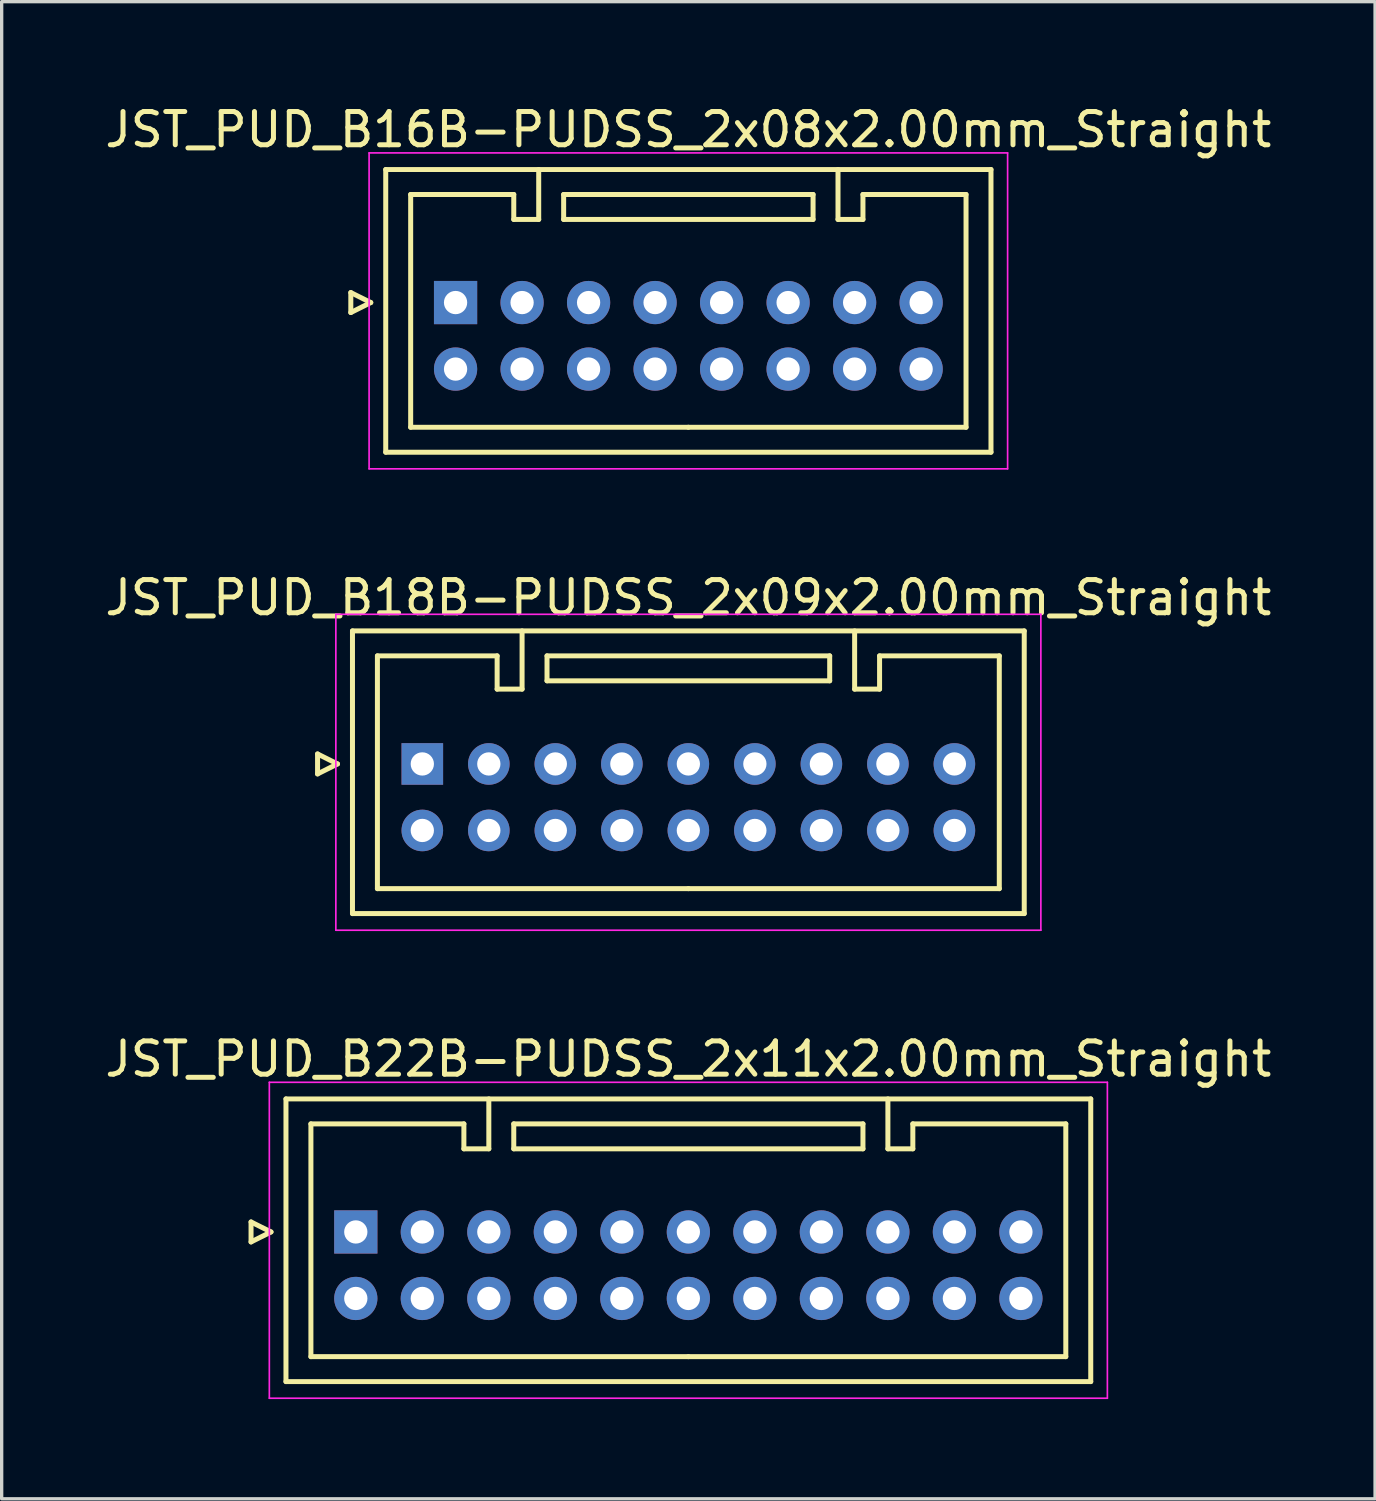
<source format=kicad_pcb>
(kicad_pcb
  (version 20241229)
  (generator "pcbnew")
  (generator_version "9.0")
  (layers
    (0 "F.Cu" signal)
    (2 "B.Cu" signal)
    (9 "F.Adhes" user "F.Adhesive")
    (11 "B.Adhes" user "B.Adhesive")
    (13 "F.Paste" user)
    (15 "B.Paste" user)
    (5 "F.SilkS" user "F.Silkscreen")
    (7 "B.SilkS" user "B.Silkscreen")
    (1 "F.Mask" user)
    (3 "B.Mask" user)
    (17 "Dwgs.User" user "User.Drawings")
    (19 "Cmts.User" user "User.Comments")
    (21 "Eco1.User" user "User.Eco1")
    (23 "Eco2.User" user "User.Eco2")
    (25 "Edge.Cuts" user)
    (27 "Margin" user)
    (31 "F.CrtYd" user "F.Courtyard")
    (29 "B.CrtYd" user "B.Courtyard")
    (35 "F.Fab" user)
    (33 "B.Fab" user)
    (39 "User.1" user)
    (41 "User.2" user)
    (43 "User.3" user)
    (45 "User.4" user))
  (footprint "JST_PUD_B22B-PUDSS_2x11x2.00mm_Straight"
    (layer "F.Cu")
    (at 7.649 33.995)
    (property "Reference" "JST_PUD_B22B-PUDSS_2x11x2.00mm_Straight" (at 10 -5.2 0) (layer "F.SilkS") (effects (font (size 1 1) (thickness 0.15))))
    (attr through_hole)
    (fp_line (start -3.15 -0.3) (end -2.55 0) (stroke (width 0.15) (type solid)) (layer "F.SilkS"))
    (fp_line (start -3.15 0.3) (end -3.15 -0.3) (stroke (width 0.15) (type solid)) (layer "F.SilkS"))
    (fp_line (start -2.55 0) (end -3.15 0.3) (stroke (width 0.15) (type solid)) (layer "F.SilkS"))
    (fp_line (start -2.1 -4) (end -2.1 4.5) (stroke (width 0.15) (type solid)) (layer "F.SilkS"))
    (fp_line (start -2.1 4.5) (end 22.1 4.5) (stroke (width 0.15) (type solid)) (layer "F.SilkS"))
    (fp_line (start -1.35 -3.25) (end -1.35 3.75) (stroke (width 0.15) (type solid)) (layer "F.SilkS"))
    (fp_line (start -1.35 3.75) (end 10 3.75) (stroke (width 0.15) (type solid)) (layer "F.SilkS"))
    (fp_line (start 3.25 -3.25) (end -1.35 -3.25) (stroke (width 0.15) (type solid)) (layer "F.SilkS"))
    (fp_line (start 3.25 -2.5) (end 3.25 -3.25) (stroke (width 0.15) (type solid)) (layer "F.SilkS"))
    (fp_line (start 4 -4) (end 4 -2.5) (stroke (width 0.15) (type solid)) (layer "F.SilkS"))
    (fp_line (start 4 -2.5) (end 3.25 -2.5) (stroke (width 0.15) (type solid)) (layer "F.SilkS"))
    (fp_line (start 4.75 -3.25) (end 4.75 -2.5) (stroke (width 0.15) (type solid)) (layer "F.SilkS"))
    (fp_line (start 4.75 -2.5) (end 15.25 -2.5) (stroke (width 0.15) (type solid)) (layer "F.SilkS"))
    (fp_line (start 15.25 -3.25) (end 4.75 -3.25) (stroke (width 0.15) (type solid)) (layer "F.SilkS"))
    (fp_line (start 15.25 -2.5) (end 15.25 -3.25) (stroke (width 0.15) (type solid)) (layer "F.SilkS"))
    (fp_line (start 16 -4) (end 16 -2.5) (stroke (width 0.15) (type solid)) (layer "F.SilkS"))
    (fp_line (start 16 -2.5) (end 16.75 -2.5) (stroke (width 0.15) (type solid)) (layer "F.SilkS"))
    (fp_line (start 16.75 -3.25) (end 21.35 -3.25) (stroke (width 0.15) (type solid)) (layer "F.SilkS"))
    (fp_line (start 16.75 -2.5) (end 16.75 -3.25) (stroke (width 0.15) (type solid)) (layer "F.SilkS"))
    (fp_line (start 21.35 -3.25) (end 21.35 3.75) (stroke (width 0.15) (type solid)) (layer "F.SilkS"))
    (fp_line (start 21.35 3.75) (end 10 3.75) (stroke (width 0.15) (type solid)) (layer "F.SilkS"))
    (fp_line (start 22.1 -4) (end -2.1 -4) (stroke (width 0.15) (type solid)) (layer "F.SilkS"))
    (fp_line (start 22.1 4.5) (end 22.1 -4) (stroke (width 0.15) (type solid)) (layer "F.SilkS"))
    (fp_line (start -2.6 -4.5) (end -2.6 5) (stroke (width 0.05) (type solid)) (layer "F.CrtYd"))
    (fp_line (start -2.6 5) (end 22.6 5) (stroke (width 0.05) (type solid)) (layer "F.CrtYd"))
    (fp_line (start 22.6 -4.5) (end -2.6 -4.5) (stroke (width 0.05) (type solid)) (layer "F.CrtYd"))
    (fp_line (start 22.6 5) (end 22.6 -4.5) (stroke (width 0.05) (type solid)) (layer "F.CrtYd"))
    (pad "1" thru_hole rect (at 0 0) (size 1.3 1.3) (drill 0.7) (layers "*.Cu" "*.Mask"))
    (pad "2" thru_hole circle (at 0 2) (size 1.3 1.3) (drill 0.7) (layers "*.Cu" "*.Mask"))
    (pad "3" thru_hole circle (at 2 0) (size 1.3 1.3) (drill 0.7) (layers "*.Cu" "*.Mask"))
    (pad "4" thru_hole circle (at 2 2) (size 1.3 1.3) (drill 0.7) (layers "*.Cu" "*.Mask"))
    (pad "5" thru_hole circle (at 4 0) (size 1.3 1.3) (drill 0.7) (layers "*.Cu" "*.Mask"))
    (pad "6" thru_hole circle (at 4 2) (size 1.3 1.3) (drill 0.7) (layers "*.Cu" "*.Mask"))
    (pad "7" thru_hole circle (at 6 0) (size 1.3 1.3) (drill 0.7) (layers "*.Cu" "*.Mask"))
    (pad "8" thru_hole circle (at 6 2) (size 1.3 1.3) (drill 0.7) (layers "*.Cu" "*.Mask"))
    (pad "9" thru_hole circle (at 8 0) (size 1.3 1.3) (drill 0.7) (layers "*.Cu" "*.Mask"))
    (pad "10" thru_hole circle (at 8 2) (size 1.3 1.3) (drill 0.7) (layers "*.Cu" "*.Mask"))
    (pad "11" thru_hole circle (at 10 0) (size 1.3 1.3) (drill 0.7) (layers "*.Cu" "*.Mask"))
    (pad "12" thru_hole circle (at 10 2) (size 1.3 1.3) (drill 0.7) (layers "*.Cu" "*.Mask"))
    (pad "13" thru_hole circle (at 12 0) (size 1.3 1.3) (drill 0.7) (layers "*.Cu" "*.Mask"))
    (pad "14" thru_hole circle (at 12 2) (size 1.3 1.3) (drill 0.7) (layers "*.Cu" "*.Mask"))
    (pad "15" thru_hole circle (at 14 0) (size 1.3 1.3) (drill 0.7) (layers "*.Cu" "*.Mask"))
    (pad "16" thru_hole circle (at 14 2) (size 1.3 1.3) (drill 0.7) (layers "*.Cu" "*.Mask"))
    (pad "17" thru_hole circle (at 16 0) (size 1.3 1.3) (drill 0.7) (layers "*.Cu" "*.Mask"))
    (pad "18" thru_hole circle (at 16 2) (size 1.3 1.3) (drill 0.7) (layers "*.Cu" "*.Mask"))
    (pad "19" thru_hole circle (at 18 0) (size 1.3 1.3) (drill 0.7) (layers "*.Cu" "*.Mask"))
    (pad "20" thru_hole circle (at 18 2) (size 1.3 1.3) (drill 0.7) (layers "*.Cu" "*.Mask"))
    (pad "21" thru_hole circle (at 20 0) (size 1.3 1.3) (drill 0.7) (layers "*.Cu" "*.Mask"))
    (pad "22" thru_hole circle (at 20 2) (size 1.3 1.3) (drill 0.7) (layers "*.Cu" "*.Mask")))
  (footprint "JST_PUD_B16B-PUDSS_2x08x2.00mm_Straight"
    (layer "F.Cu")
    (at 10.649 6.048)
    (property "Reference" "JST_PUD_B16B-PUDSS_2x08x2.00mm_Straight" (at 7 -5.2 0) (layer "F.SilkS") (effects (font (size 1 1) (thickness 0.15))))
    (attr through_hole)
    (fp_line (start -3.15 -0.3) (end -2.55 0) (stroke (width 0.15) (type solid)) (layer "F.SilkS"))
    (fp_line (start -3.15 0.3) (end -3.15 -0.3) (stroke (width 0.15) (type solid)) (layer "F.SilkS"))
    (fp_line (start -2.55 0) (end -3.15 0.3) (stroke (width 0.15) (type solid)) (layer "F.SilkS"))
    (fp_line (start -2.1 -4) (end -2.1 4.5) (stroke (width 0.15) (type solid)) (layer "F.SilkS"))
    (fp_line (start -2.1 4.5) (end 16.1 4.5) (stroke (width 0.15) (type solid)) (layer "F.SilkS"))
    (fp_line (start -1.35 -3.25) (end -1.35 3.75) (stroke (width 0.15) (type solid)) (layer "F.SilkS"))
    (fp_line (start -1.35 3.75) (end 7 3.75) (stroke (width 0.15) (type solid)) (layer "F.SilkS"))
    (fp_line (start 1.75 -3.25) (end -1.35 -3.25) (stroke (width 0.15) (type solid)) (layer "F.SilkS"))
    (fp_line (start 1.75 -2.5) (end 1.75 -3.25) (stroke (width 0.15) (type solid)) (layer "F.SilkS"))
    (fp_line (start 2.5 -4) (end 2.5 -2.5) (stroke (width 0.15) (type solid)) (layer "F.SilkS"))
    (fp_line (start 2.5 -2.5) (end 1.75 -2.5) (stroke (width 0.15) (type solid)) (layer "F.SilkS"))
    (fp_line (start 3.25 -3.25) (end 3.25 -2.5) (stroke (width 0.15) (type solid)) (layer "F.SilkS"))
    (fp_line (start 3.25 -2.5) (end 10.75 -2.5) (stroke (width 0.15) (type solid)) (layer "F.SilkS"))
    (fp_line (start 10.75 -3.25) (end 3.25 -3.25) (stroke (width 0.15) (type solid)) (layer "F.SilkS"))
    (fp_line (start 10.75 -2.5) (end 10.75 -3.25) (stroke (width 0.15) (type solid)) (layer "F.SilkS"))
    (fp_line (start 11.5 -4) (end 11.5 -2.5) (stroke (width 0.15) (type solid)) (layer "F.SilkS"))
    (fp_line (start 11.5 -2.5) (end 12.25 -2.5) (stroke (width 0.15) (type solid)) (layer "F.SilkS"))
    (fp_line (start 12.25 -3.25) (end 15.35 -3.25) (stroke (width 0.15) (type solid)) (layer "F.SilkS"))
    (fp_line (start 12.25 -2.5) (end 12.25 -3.25) (stroke (width 0.15) (type solid)) (layer "F.SilkS"))
    (fp_line (start 15.35 -3.25) (end 15.35 3.75) (stroke (width 0.15) (type solid)) (layer "F.SilkS"))
    (fp_line (start 15.35 3.75) (end 7 3.75) (stroke (width 0.15) (type solid)) (layer "F.SilkS"))
    (fp_line (start 16.1 -4) (end -2.1 -4) (stroke (width 0.15) (type solid)) (layer "F.SilkS"))
    (fp_line (start 16.1 4.5) (end 16.1 -4) (stroke (width 0.15) (type solid)) (layer "F.SilkS"))
    (fp_line (start -2.6 -4.5) (end -2.6 5) (stroke (width 0.05) (type solid)) (layer "F.CrtYd"))
    (fp_line (start -2.6 5) (end 16.6 5) (stroke (width 0.05) (type solid)) (layer "F.CrtYd"))
    (fp_line (start 16.6 -4.5) (end -2.6 -4.5) (stroke (width 0.05) (type solid)) (layer "F.CrtYd"))
    (fp_line (start 16.6 5) (end 16.6 -4.5) (stroke (width 0.05) (type solid)) (layer "F.CrtYd"))
    (pad "1" thru_hole rect (at 0 0) (size 1.3 1.3) (drill 0.7) (layers "*.Cu" "*.Mask"))
    (pad "2" thru_hole circle (at 0 2) (size 1.3 1.3) (drill 0.7) (layers "*.Cu" "*.Mask"))
    (pad "3" thru_hole circle (at 2 0) (size 1.3 1.3) (drill 0.7) (layers "*.Cu" "*.Mask"))
    (pad "4" thru_hole circle (at 2 2) (size 1.3 1.3) (drill 0.7) (layers "*.Cu" "*.Mask"))
    (pad "5" thru_hole circle (at 4 0) (size 1.3 1.3) (drill 0.7) (layers "*.Cu" "*.Mask"))
    (pad "6" thru_hole circle (at 4 2) (size 1.3 1.3) (drill 0.7) (layers "*.Cu" "*.Mask"))
    (pad "7" thru_hole circle (at 6 0) (size 1.3 1.3) (drill 0.7) (layers "*.Cu" "*.Mask"))
    (pad "8" thru_hole circle (at 6 2) (size 1.3 1.3) (drill 0.7) (layers "*.Cu" "*.Mask"))
    (pad "9" thru_hole circle (at 8 0) (size 1.3 1.3) (drill 0.7) (layers "*.Cu" "*.Mask"))
    (pad "10" thru_hole circle (at 8 2) (size 1.3 1.3) (drill 0.7) (layers "*.Cu" "*.Mask"))
    (pad "11" thru_hole circle (at 10 0) (size 1.3 1.3) (drill 0.7) (layers "*.Cu" "*.Mask"))
    (pad "12" thru_hole circle (at 10 2) (size 1.3 1.3) (drill 0.7) (layers "*.Cu" "*.Mask"))
    (pad "13" thru_hole circle (at 12 0) (size 1.3 1.3) (drill 0.7) (layers "*.Cu" "*.Mask"))
    (pad "14" thru_hole circle (at 12 2) (size 1.3 1.3) (drill 0.7) (layers "*.Cu" "*.Mask"))
    (pad "15" thru_hole circle (at 14 0) (size 1.3 1.3) (drill 0.7) (layers "*.Cu" "*.Mask"))
    (pad "16" thru_hole circle (at 14 2) (size 1.3 1.3) (drill 0.7) (layers "*.Cu" "*.Mask")))
  (footprint "JST_PUD_B18B-PUDSS_2x09x2.00mm_Straight"
    (layer "F.Cu")
    (at 9.649 19.922)
    (property "Reference" "JST_PUD_B18B-PUDSS_2x09x2.00mm_Straight" (at 8 -5 0) (layer "F.SilkS") (effects (font (size 1 1) (thickness 0.15))))
    (attr through_hole)
    (fp_line (start -3.15 -0.3) (end -3.15 0.3) (stroke (width 0.15) (type solid)) (layer "F.SilkS"))
    (fp_line (start -3.15 0.3) (end -2.55 0) (stroke (width 0.15) (type solid)) (layer "F.SilkS"))
    (fp_line (start -2.55 0) (end -3.15 -0.3) (stroke (width 0.15) (type solid)) (layer "F.SilkS"))
    (fp_line (start -2.1 -4) (end -2.1 4.5) (stroke (width 0.15) (type solid)) (layer "F.SilkS"))
    (fp_line (start -2.1 4.5) (end 18.1 4.5) (stroke (width 0.15) (type solid)) (layer "F.SilkS"))
    (fp_line (start -1.35 -3.25) (end -1.35 3.75) (stroke (width 0.15) (type solid)) (layer "F.SilkS"))
    (fp_line (start -1.35 3.75) (end 8 3.75) (stroke (width 0.15) (type solid)) (layer "F.SilkS"))
    (fp_line (start 2.25 -3.25) (end -1.35 -3.25) (stroke (width 0.15) (type solid)) (layer "F.SilkS"))
    (fp_line (start 2.25 -2.25) (end 2.25 -3.25) (stroke (width 0.15) (type solid)) (layer "F.SilkS"))
    (fp_line (start 3 -4) (end 3 -2.25) (stroke (width 0.15) (type solid)) (layer "F.SilkS"))
    (fp_line (start 3 -2.25) (end 2.25 -2.25) (stroke (width 0.15) (type solid)) (layer "F.SilkS"))
    (fp_line (start 3.75 -3.25) (end 3.75 -2.5) (stroke (width 0.15) (type solid)) (layer "F.SilkS"))
    (fp_line (start 3.75 -2.5) (end 12.25 -2.5) (stroke (width 0.15) (type solid)) (layer "F.SilkS"))
    (fp_line (start 12.25 -3.25) (end 3.75 -3.25) (stroke (width 0.15) (type solid)) (layer "F.SilkS"))
    (fp_line (start 12.25 -2.5) (end 12.25 -3.25) (stroke (width 0.15) (type solid)) (layer "F.SilkS"))
    (fp_line (start 13 -4) (end 13 -2.25) (stroke (width 0.15) (type solid)) (layer "F.SilkS"))
    (fp_line (start 13 -2.25) (end 13.75 -2.25) (stroke (width 0.15) (type solid)) (layer "F.SilkS"))
    (fp_line (start 13.75 -3.25) (end 17.35 -3.25) (stroke (width 0.15) (type solid)) (layer "F.SilkS"))
    (fp_line (start 13.75 -2.25) (end 13.75 -3.25) (stroke (width 0.15) (type solid)) (layer "F.SilkS"))
    (fp_line (start 17.35 -3.25) (end 17.35 3.75) (stroke (width 0.15) (type solid)) (layer "F.SilkS"))
    (fp_line (start 17.35 3.75) (end 8 3.75) (stroke (width 0.15) (type solid)) (layer "F.SilkS"))
    (fp_line (start 18.1 -4) (end -2.1 -4) (stroke (width 0.15) (type solid)) (layer "F.SilkS"))
    (fp_line (start 18.1 4.5) (end 18.1 -4) (stroke (width 0.15) (type solid)) (layer "F.SilkS"))
    (fp_line (start -2.6 -4.5) (end -2.6 5) (stroke (width 0.05) (type solid)) (layer "F.CrtYd"))
    (fp_line (start -2.6 5) (end 18.6 5) (stroke (width 0.05) (type solid)) (layer "F.CrtYd"))
    (fp_line (start 18.6 -4.5) (end -2.6 -4.5) (stroke (width 0.05) (type solid)) (layer "F.CrtYd"))
    (fp_line (start 18.6 5) (end 18.6 -4.5) (stroke (width 0.05) (type solid)) (layer "F.CrtYd"))
    (pad "1" thru_hole rect (at 0 0) (size 1.25 1.25) (drill 0.7) (layers "*.Cu" "*.Mask"))
    (pad "2" thru_hole circle (at 0 2) (size 1.25 1.25) (drill 0.7) (layers "*.Cu" "*.Mask"))
    (pad "3" thru_hole circle (at 2 0) (size 1.25 1.25) (drill 0.7) (layers "*.Cu" "*.Mask"))
    (pad "4" thru_hole circle (at 2 2) (size 1.25 1.25) (drill 0.7) (layers "*.Cu" "*.Mask"))
    (pad "5" thru_hole circle (at 4 0) (size 1.25 1.25) (drill 0.7) (layers "*.Cu" "*.Mask"))
    (pad "6" thru_hole circle (at 4 2) (size 1.25 1.25) (drill 0.7) (layers "*.Cu" "*.Mask"))
    (pad "7" thru_hole circle (at 6 0) (size 1.25 1.25) (drill 0.7) (layers "*.Cu" "*.Mask"))
    (pad "8" thru_hole circle (at 6 2) (size 1.25 1.25) (drill 0.7) (layers "*.Cu" "*.Mask"))
    (pad "9" thru_hole circle (at 8 0) (size 1.25 1.25) (drill 0.7) (layers "*.Cu" "*.Mask"))
    (pad "10" thru_hole circle (at 8 2) (size 1.25 1.25) (drill 0.7) (layers "*.Cu" "*.Mask"))
    (pad "11" thru_hole circle (at 10 0) (size 1.25 1.25) (drill 0.7) (layers "*.Cu" "*.Mask"))
    (pad "12" thru_hole circle (at 10 2) (size 1.25 1.25) (drill 0.7) (layers "*.Cu" "*.Mask"))
    (pad "13" thru_hole circle (at 12 0) (size 1.25 1.25) (drill 0.7) (layers "*.Cu" "*.Mask"))
    (pad "14" thru_hole circle (at 12 2) (size 1.25 1.25) (drill 0.7) (layers "*.Cu" "*.Mask"))
    (pad "15" thru_hole circle (at 14 0) (size 1.25 1.25) (drill 0.7) (layers "*.Cu" "*.Mask"))
    (pad "16" thru_hole circle (at 14 2) (size 1.25 1.25) (drill 0.7) (layers "*.Cu" "*.Mask"))
    (pad "17" thru_hole circle (at 16 0) (size 1.25 1.25) (drill 0.7) (layers "*.Cu" "*.Mask"))
    (pad "18" thru_hole circle (at 16 2) (size 1.25 1.25) (drill 0.7) (layers "*.Cu" "*.Mask")))
  (gr_rect
    (start -3 -3)
    (end 38.298 42.02)
    (stroke (width 0.1) (type default))
    (fill no)
    (layer "Edge.Cuts")))
</source>
